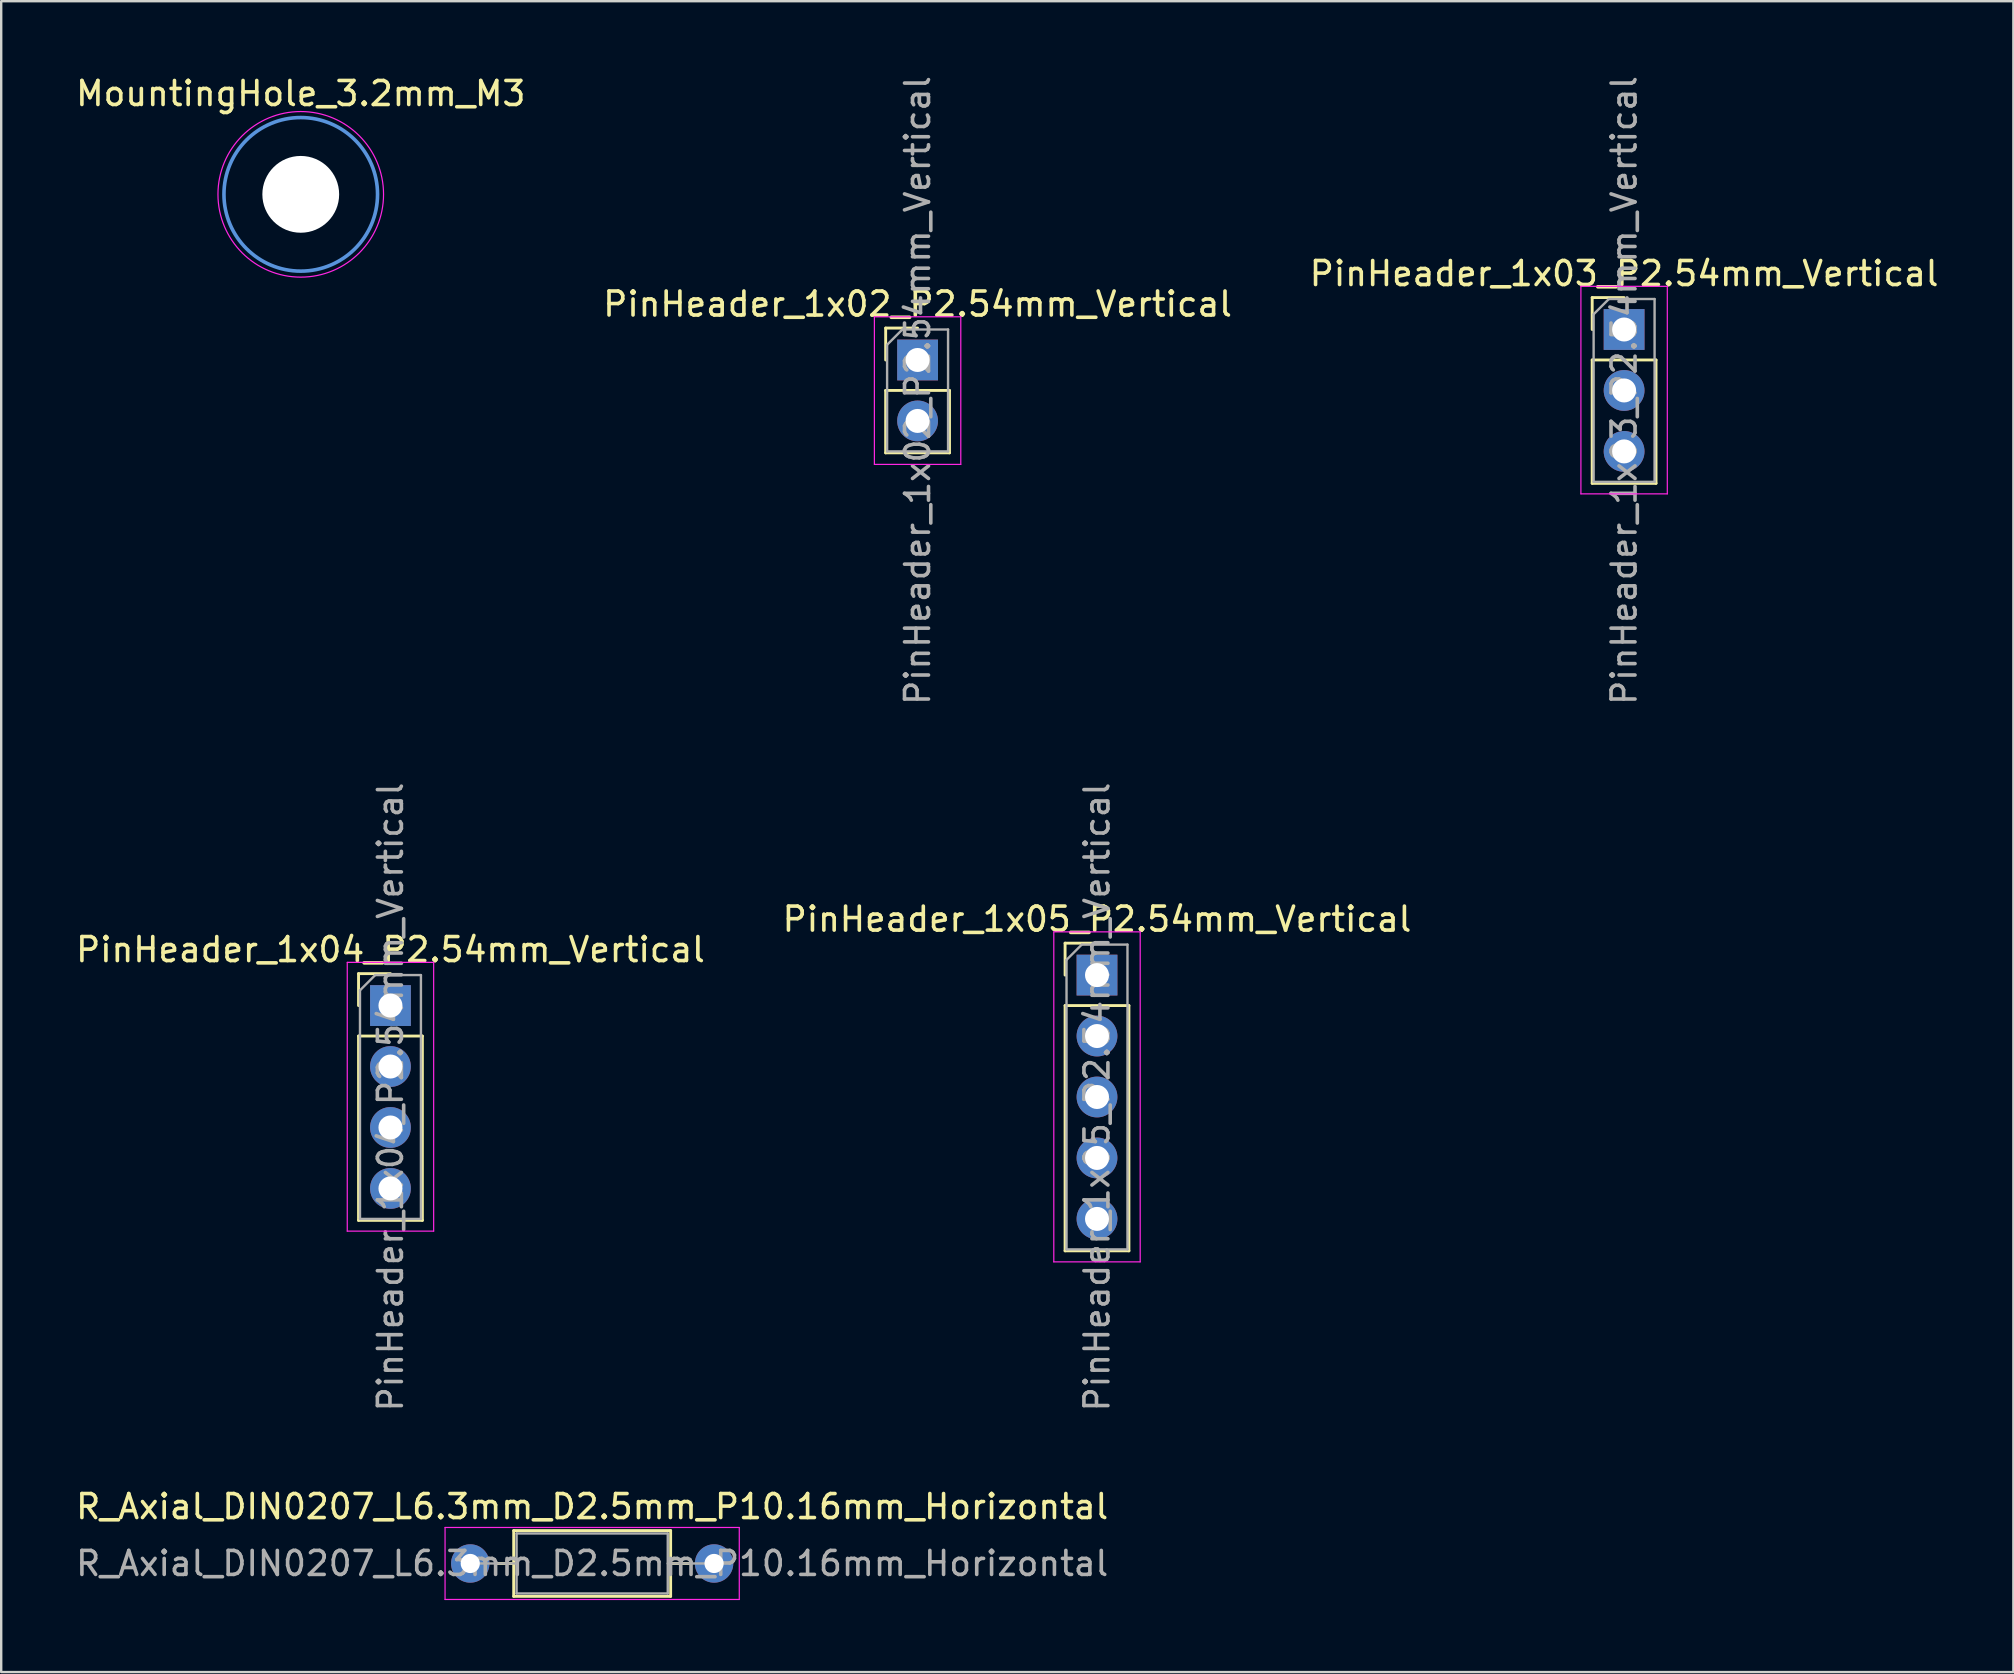
<source format=kicad_pcb>
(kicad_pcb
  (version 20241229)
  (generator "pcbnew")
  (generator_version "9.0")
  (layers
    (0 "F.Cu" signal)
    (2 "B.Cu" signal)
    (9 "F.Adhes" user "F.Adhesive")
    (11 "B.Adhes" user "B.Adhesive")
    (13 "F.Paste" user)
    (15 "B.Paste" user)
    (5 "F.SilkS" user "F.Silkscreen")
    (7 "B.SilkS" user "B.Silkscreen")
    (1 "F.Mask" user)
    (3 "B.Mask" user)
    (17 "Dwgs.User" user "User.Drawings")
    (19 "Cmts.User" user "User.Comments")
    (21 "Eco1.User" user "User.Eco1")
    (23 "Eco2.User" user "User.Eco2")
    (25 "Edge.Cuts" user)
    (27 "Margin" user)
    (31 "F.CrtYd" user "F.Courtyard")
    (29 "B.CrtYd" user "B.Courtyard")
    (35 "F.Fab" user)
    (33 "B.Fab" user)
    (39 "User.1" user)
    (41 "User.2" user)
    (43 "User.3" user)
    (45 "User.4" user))
  (footprint "PinHeader_1x05_P2.54mm_Vertical"
    (layer "F.Cu")
    (at 42.661 37.581)
    (property "Reference" "PinHeader_1x05_P2.54mm_Vertical" (at 0 -2.33 180) (layer "F.SilkS") (effects (font (size 1 1) (thickness 0.15))))
    (attr through_hole)
    (fp_line (start -1.33 -1.33) (end 0 -1.33) (stroke (width 0.12) (type solid)) (layer "F.SilkS"))
    (fp_line (start -1.33 0) (end -1.33 -1.33) (stroke (width 0.12) (type solid)) (layer "F.SilkS"))
    (fp_line (start -1.33 1.27) (end -1.33 11.49) (stroke (width 0.12) (type solid)) (layer "F.SilkS"))
    (fp_line (start -1.33 1.27) (end 1.33 1.27) (stroke (width 0.12) (type solid)) (layer "F.SilkS"))
    (fp_line (start -1.33 11.49) (end 1.33 11.49) (stroke (width 0.12) (type solid)) (layer "F.SilkS"))
    (fp_line (start 1.33 1.27) (end 1.33 11.49) (stroke (width 0.12) (type solid)) (layer "F.SilkS"))
    (fp_line (start -1.8 -1.8) (end -1.8 11.95) (stroke (width 0.05) (type solid)) (layer "F.CrtYd"))
    (fp_line (start -1.8 11.95) (end 1.8 11.95) (stroke (width 0.05) (type solid)) (layer "F.CrtYd"))
    (fp_line (start 1.8 -1.8) (end -1.8 -1.8) (stroke (width 0.05) (type solid)) (layer "F.CrtYd"))
    (fp_line (start 1.8 11.95) (end 1.8 -1.8) (stroke (width 0.05) (type solid)) (layer "F.CrtYd"))
    (fp_line (start -1.27 -0.635) (end -0.635 -1.27) (stroke (width 0.1) (type solid)) (layer "F.Fab"))
    (fp_line (start -1.27 11.43) (end -1.27 -0.635) (stroke (width 0.1) (type solid)) (layer "F.Fab"))
    (fp_line (start -0.635 -1.27) (end 1.27 -1.27) (stroke (width 0.1) (type solid)) (layer "F.Fab"))
    (fp_line (start 1.27 -1.27) (end 1.27 11.43) (stroke (width 0.1) (type solid)) (layer "F.Fab"))
    (fp_line (start 1.27 11.43) (end -1.27 11.43) (stroke (width 0.1) (type solid)) (layer "F.Fab"))
    (fp_text user "${REFERENCE}" (at 0 5.08 270) (layer "F.Fab") (effects (font (size 1 1) (thickness 0.15))))
    (pad "1" thru_hole rect (at 0 0) (size 1.7 1.7) (drill 1) (layers "*.Cu" "*.Mask"))
    (pad "2" thru_hole oval (at 0 2.54) (size 1.7 1.7) (drill 1) (layers "*.Cu" "*.Mask"))
    (pad "3" thru_hole oval (at 0 5.08) (size 1.7 1.7) (drill 1) (layers "*.Cu" "*.Mask"))
    (pad "4" thru_hole oval (at 0 7.62) (size 1.7 1.7) (drill 1) (layers "*.Cu" "*.Mask"))
    (pad "5" thru_hole oval (at 0 10.16) (size 1.7 1.7) (drill 1) (layers "*.Cu" "*.Mask")))
  (footprint "PinHeader_1x03_P2.54mm_Vertical"
    (layer "F.Cu")
    (at 64.625 10.68)
    (property "Reference" "PinHeader_1x03_P2.54mm_Vertical" (at 0 -2.33 0) (layer "F.SilkS") (effects (font (size 1 1) (thickness 0.15))))
    (attr through_hole)
    (fp_line (start -1.33 -1.33) (end 0 -1.33) (stroke (width 0.12) (type solid)) (layer "F.SilkS"))
    (fp_line (start -1.33 0) (end -1.33 -1.33) (stroke (width 0.12) (type solid)) (layer "F.SilkS"))
    (fp_line (start -1.33 1.27) (end -1.33 6.41) (stroke (width 0.12) (type solid)) (layer "F.SilkS"))
    (fp_line (start -1.33 1.27) (end 1.33 1.27) (stroke (width 0.12) (type solid)) (layer "F.SilkS"))
    (fp_line (start -1.33 6.41) (end 1.33 6.41) (stroke (width 0.12) (type solid)) (layer "F.SilkS"))
    (fp_line (start 1.33 1.27) (end 1.33 6.41) (stroke (width 0.12) (type solid)) (layer "F.SilkS"))
    (fp_line (start -1.8 -1.8) (end -1.8 6.85) (stroke (width 0.05) (type solid)) (layer "F.CrtYd"))
    (fp_line (start -1.8 6.85) (end 1.8 6.85) (stroke (width 0.05) (type solid)) (layer "F.CrtYd"))
    (fp_line (start 1.8 -1.8) (end -1.8 -1.8) (stroke (width 0.05) (type solid)) (layer "F.CrtYd"))
    (fp_line (start 1.8 6.85) (end 1.8 -1.8) (stroke (width 0.05) (type solid)) (layer "F.CrtYd"))
    (fp_line (start -1.27 -0.635) (end -0.635 -1.27) (stroke (width 0.1) (type solid)) (layer "F.Fab"))
    (fp_line (start -1.27 6.35) (end -1.27 -0.635) (stroke (width 0.1) (type solid)) (layer "F.Fab"))
    (fp_line (start -0.635 -1.27) (end 1.27 -1.27) (stroke (width 0.1) (type solid)) (layer "F.Fab"))
    (fp_line (start 1.27 -1.27) (end 1.27 6.35) (stroke (width 0.1) (type solid)) (layer "F.Fab"))
    (fp_line (start 1.27 6.35) (end -1.27 6.35) (stroke (width 0.1) (type solid)) (layer "F.Fab"))
    (fp_text user "${REFERENCE}" (at 0 2.54 90) (layer "F.Fab") (effects (font (size 1 1) (thickness 0.15))))
    (pad "1" thru_hole rect (at 0 0) (size 1.7 1.7) (drill 1) (layers "*.Cu" "*.Mask"))
    (pad "2" thru_hole oval (at 0 2.54) (size 1.7 1.7) (drill 1) (layers "*.Cu" "*.Mask"))
    (pad "3" thru_hole oval (at 0 5.08) (size 1.7 1.7) (drill 1) (layers "*.Cu" "*.Mask")))
  (footprint "PinHeader_1x02_P2.54mm_Vertical"
    (layer "F.Cu")
    (at 35.185 11.95)
    (property "Reference" "PinHeader_1x02_P2.54mm_Vertical" (at 0 -2.33 0) (layer "F.SilkS") (effects (font (size 1 1) (thickness 0.15))))
    (attr through_hole)
    (fp_line (start -1.33 -1.33) (end 0 -1.33) (stroke (width 0.12) (type solid)) (layer "F.SilkS"))
    (fp_line (start -1.33 0) (end -1.33 -1.33) (stroke (width 0.12) (type solid)) (layer "F.SilkS"))
    (fp_line (start -1.33 1.27) (end -1.33 3.87) (stroke (width 0.12) (type solid)) (layer "F.SilkS"))
    (fp_line (start -1.33 1.27) (end 1.33 1.27) (stroke (width 0.12) (type solid)) (layer "F.SilkS"))
    (fp_line (start -1.33 3.87) (end 1.33 3.87) (stroke (width 0.12) (type solid)) (layer "F.SilkS"))
    (fp_line (start 1.33 1.27) (end 1.33 3.87) (stroke (width 0.12) (type solid)) (layer "F.SilkS"))
    (fp_line (start -1.8 -1.8) (end -1.8 4.35) (stroke (width 0.05) (type solid)) (layer "F.CrtYd"))
    (fp_line (start -1.8 4.35) (end 1.8 4.35) (stroke (width 0.05) (type solid)) (layer "F.CrtYd"))
    (fp_line (start 1.8 -1.8) (end -1.8 -1.8) (stroke (width 0.05) (type solid)) (layer "F.CrtYd"))
    (fp_line (start 1.8 4.35) (end 1.8 -1.8) (stroke (width 0.05) (type solid)) (layer "F.CrtYd"))
    (fp_line (start -1.27 -0.635) (end -0.635 -1.27) (stroke (width 0.1) (type solid)) (layer "F.Fab"))
    (fp_line (start -1.27 3.81) (end -1.27 -0.635) (stroke (width 0.1) (type solid)) (layer "F.Fab"))
    (fp_line (start -0.635 -1.27) (end 1.27 -1.27) (stroke (width 0.1) (type solid)) (layer "F.Fab"))
    (fp_line (start 1.27 -1.27) (end 1.27 3.81) (stroke (width 0.1) (type solid)) (layer "F.Fab"))
    (fp_line (start 1.27 3.81) (end -1.27 3.81) (stroke (width 0.1) (type solid)) (layer "F.Fab"))
    (fp_text user "${REFERENCE}" (at 0 1.27 270) (layer "F.Fab") (effects (font (size 1 1) (thickness 0.15))))
    (pad "1" thru_hole rect (at 0 0) (size 1.7 1.7) (drill 1) (layers "*.Cu" "*.Mask"))
    (pad "2" thru_hole oval (at 0 2.54) (size 1.7 1.7) (drill 1) (layers "*.Cu" "*.Mask")))
  (footprint "PinHeader_1x04_P2.54mm_Vertical"
    (layer "F.Cu")
    (at 13.22 38.851)
    (property "Reference" "PinHeader_1x04_P2.54mm_Vertical" (at 0 -2.33 0) (layer "F.SilkS") (effects (font (size 1 1) (thickness 0.15))))
    (attr through_hole)
    (fp_line (start -1.33 -1.33) (end 0 -1.33) (stroke (width 0.12) (type solid)) (layer "F.SilkS"))
    (fp_line (start -1.33 0) (end -1.33 -1.33) (stroke (width 0.12) (type solid)) (layer "F.SilkS"))
    (fp_line (start -1.33 1.27) (end -1.33 8.95) (stroke (width 0.12) (type solid)) (layer "F.SilkS"))
    (fp_line (start -1.33 1.27) (end 1.33 1.27) (stroke (width 0.12) (type solid)) (layer "F.SilkS"))
    (fp_line (start -1.33 8.95) (end 1.33 8.95) (stroke (width 0.12) (type solid)) (layer "F.SilkS"))
    (fp_line (start 1.33 1.27) (end 1.33 8.95) (stroke (width 0.12) (type solid)) (layer "F.SilkS"))
    (fp_line (start -1.8 -1.8) (end -1.8 9.4) (stroke (width 0.05) (type solid)) (layer "F.CrtYd"))
    (fp_line (start -1.8 9.4) (end 1.8 9.4) (stroke (width 0.05) (type solid)) (layer "F.CrtYd"))
    (fp_line (start 1.8 -1.8) (end -1.8 -1.8) (stroke (width 0.05) (type solid)) (layer "F.CrtYd"))
    (fp_line (start 1.8 9.4) (end 1.8 -1.8) (stroke (width 0.05) (type solid)) (layer "F.CrtYd"))
    (fp_line (start -1.27 -0.635) (end -0.635 -1.27) (stroke (width 0.1) (type solid)) (layer "F.Fab"))
    (fp_line (start -1.27 8.89) (end -1.27 -0.635) (stroke (width 0.1) (type solid)) (layer "F.Fab"))
    (fp_line (start -0.635 -1.27) (end 1.27 -1.27) (stroke (width 0.1) (type solid)) (layer "F.Fab"))
    (fp_line (start 1.27 -1.27) (end 1.27 8.89) (stroke (width 0.1) (type solid)) (layer "F.Fab"))
    (fp_line (start 1.27 8.89) (end -1.27 8.89) (stroke (width 0.1) (type solid)) (layer "F.Fab"))
    (fp_text user "${REFERENCE}" (at 0 3.81 90) (layer "F.Fab") (effects (font (size 1 1) (thickness 0.15))))
    (pad "1" thru_hole rect (at 0 0) (size 1.7 1.7) (drill 1) (layers "*.Cu" "*.Mask"))
    (pad "2" thru_hole oval (at 0 2.54) (size 1.7 1.7) (drill 1) (layers "*.Cu" "*.Mask"))
    (pad "3" thru_hole oval (at 0 5.08) (size 1.7 1.7) (drill 1) (layers "*.Cu" "*.Mask"))
    (pad "4" thru_hole oval (at 0 7.62) (size 1.7 1.7) (drill 1) (layers "*.Cu" "*.Mask")))
  (footprint "MountingHole_3.2mm_M3"
    (layer "F.Cu")
    (at 9.482 5.048)
    (property "Reference" "MountingHole_3.2mm_M3" (at 0 -4.2 0) (layer "F.SilkS") (effects (font (size 1 1) (thickness 0.15))))
    (attr exclude_from_pos_files exclude_from_bom)
    (fp_circle (center 0 0) (end 3.2 0) (stroke (width 0.15) (type solid)) (fill no) (layer "Cmts.User"))
    (fp_circle (center 0 0) (end 3.45 0) (stroke (width 0.05) (type solid)) (fill no) (layer "F.CrtYd"))
    (pad "" np_thru_hole circle (at 0 0) (size 3.2 3.2) (drill 3.2) (layers "*.Cu" "*.Mask")))
  (footprint "R_Axial_DIN0207_L6.3mm_D2.5mm_P10.16mm_Horizontal"
    (layer "F.Cu")
    (at 16.545 62.099)
    (property "Reference" "R_Axial_DIN0207_L6.3mm_D2.5mm_P10.16mm_Horizontal" (at 5.08 -2.37 0) (layer "F.SilkS") (effects (font (size 1 1) (thickness 0.15))))
    (attr through_hole)
    (fp_line (start 1.04 0) (end 1.81 0) (stroke (width 0.12) (type solid)) (layer "F.SilkS"))
    (fp_line (start 1.81 -1.37) (end 1.81 1.37) (stroke (width 0.12) (type solid)) (layer "F.SilkS"))
    (fp_line (start 1.81 1.37) (end 8.35 1.37) (stroke (width 0.12) (type solid)) (layer "F.SilkS"))
    (fp_line (start 8.35 -1.37) (end 1.81 -1.37) (stroke (width 0.12) (type solid)) (layer "F.SilkS"))
    (fp_line (start 8.35 1.37) (end 8.35 -1.37) (stroke (width 0.12) (type solid)) (layer "F.SilkS"))
    (fp_line (start 9.12 0) (end 8.35 0) (stroke (width 0.12) (type solid)) (layer "F.SilkS"))
    (fp_line (start -1.05 -1.5) (end -1.05 1.5) (stroke (width 0.05) (type solid)) (layer "F.CrtYd"))
    (fp_line (start -1.05 1.5) (end 11.21 1.5) (stroke (width 0.05) (type solid)) (layer "F.CrtYd"))
    (fp_line (start 11.21 -1.5) (end -1.05 -1.5) (stroke (width 0.05) (type solid)) (layer "F.CrtYd"))
    (fp_line (start 11.21 1.5) (end 11.21 -1.5) (stroke (width 0.05) (type solid)) (layer "F.CrtYd"))
    (fp_line (start 0 0) (end 1.93 0) (stroke (width 0.1) (type solid)) (layer "F.Fab"))
    (fp_line (start 1.93 -1.25) (end 1.93 1.25) (stroke (width 0.1) (type solid)) (layer "F.Fab"))
    (fp_line (start 1.93 1.25) (end 8.23 1.25) (stroke (width 0.1) (type solid)) (layer "F.Fab"))
    (fp_line (start 8.23 -1.25) (end 1.93 -1.25) (stroke (width 0.1) (type solid)) (layer "F.Fab"))
    (fp_line (start 8.23 1.25) (end 8.23 -1.25) (stroke (width 0.1) (type solid)) (layer "F.Fab"))
    (fp_line (start 10.16 0) (end 8.23 0) (stroke (width 0.1) (type solid)) (layer "F.Fab"))
    (fp_text user "${REFERENCE}" (at 5.08 0 0) (layer "F.Fab") (effects (font (size 1 1) (thickness 0.15))))
    (pad "1" thru_hole circle (at 0 0) (size 1.6 1.6) (drill 0.8) (layers "*.Cu" "*.Mask"))
    (pad "2" thru_hole oval (at 10.16 0) (size 1.6 1.6) (drill 0.8) (layers "*.Cu" "*.Mask")))
  (gr_rect
    (start -3 -3)
    (end 80.845 66.624)
    (stroke (width 0.1) (type default))
    (fill no)
    (layer "Edge.Cuts")))
</source>
